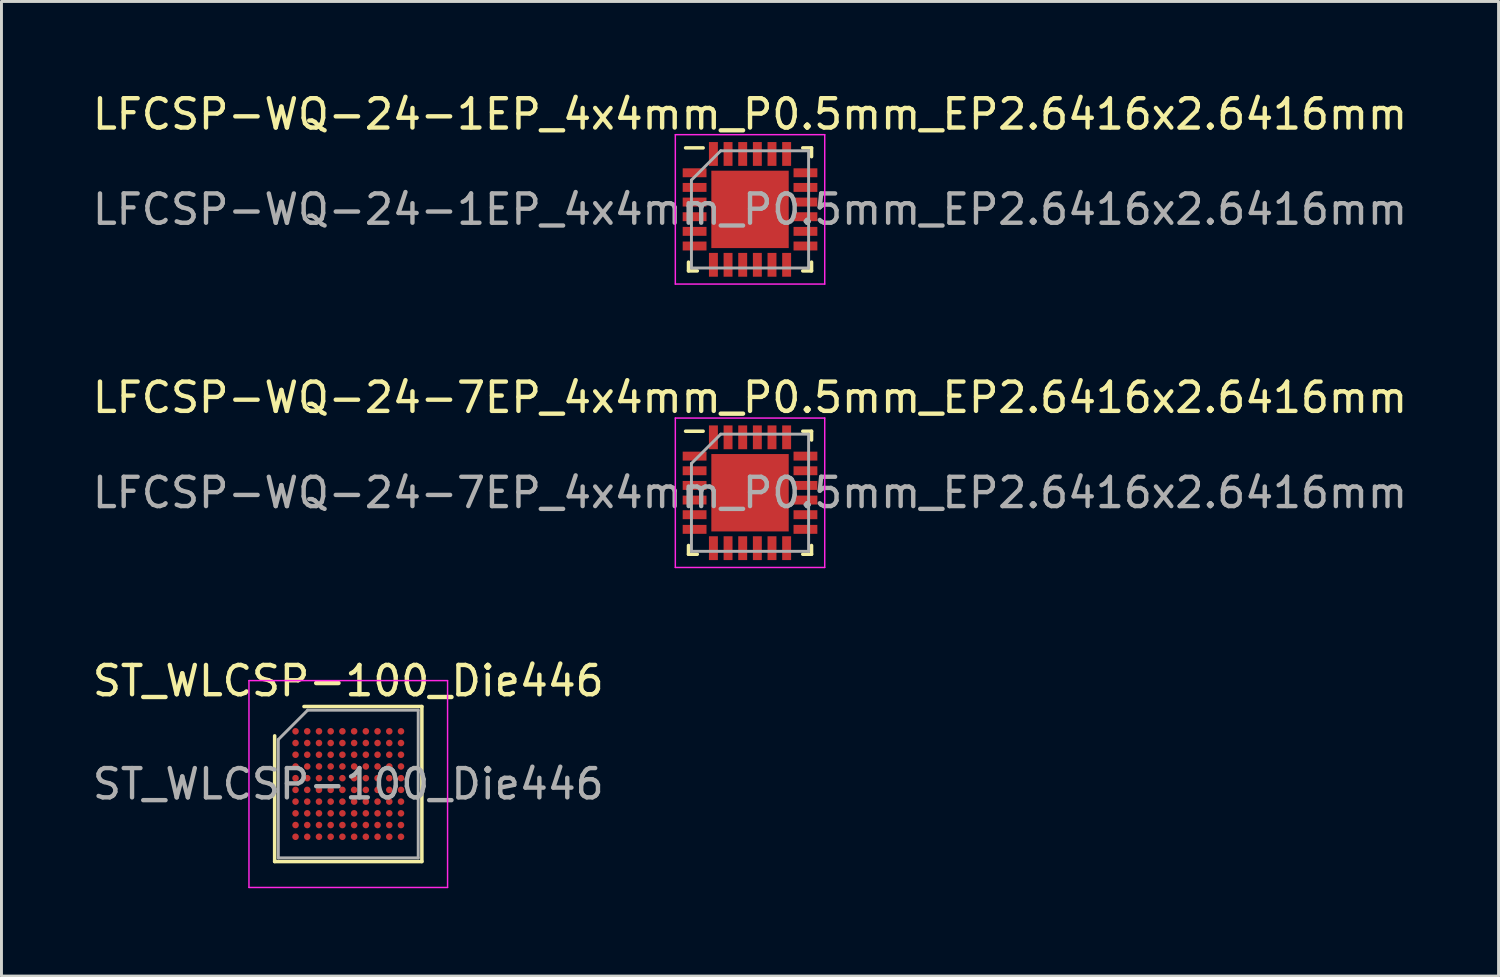
<source format=kicad_pcb>
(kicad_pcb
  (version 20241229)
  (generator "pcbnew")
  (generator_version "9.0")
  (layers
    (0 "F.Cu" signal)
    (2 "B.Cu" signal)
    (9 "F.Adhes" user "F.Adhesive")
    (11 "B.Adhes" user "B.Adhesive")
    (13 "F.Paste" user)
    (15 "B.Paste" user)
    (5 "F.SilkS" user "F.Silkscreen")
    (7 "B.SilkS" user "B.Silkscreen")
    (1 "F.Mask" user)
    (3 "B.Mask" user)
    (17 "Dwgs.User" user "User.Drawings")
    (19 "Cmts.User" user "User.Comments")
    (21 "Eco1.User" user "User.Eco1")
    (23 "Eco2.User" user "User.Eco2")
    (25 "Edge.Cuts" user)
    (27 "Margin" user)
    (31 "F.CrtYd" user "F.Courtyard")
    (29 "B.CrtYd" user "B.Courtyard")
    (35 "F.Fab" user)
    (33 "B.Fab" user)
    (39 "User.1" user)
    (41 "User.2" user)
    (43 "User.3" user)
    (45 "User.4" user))
  (footprint "LFCSP-WQ-24-1EP_4x4mm_P0.5mm_EP2.6416x2.6416mm"
    (layer "F.Cu")
    (at 22.554 4.098)
    (property "Reference" "LFCSP-WQ-24-1EP_4x4mm_P0.5mm_EP2.6416x2.6416mm" (at 0 -3.25 0) (layer "F.SilkS") (effects (font (size 1 1) (thickness 0.15))))
    (attr smd)
    (fp_line (start -2.2 -2.1) (end -1.6 -2.1) (stroke (width 0.12) (type solid)) (layer "F.SilkS"))
    (fp_line (start -2.1 2.1) (end -2.1 1.8) (stroke (width 0.12) (type solid)) (layer "F.SilkS"))
    (fp_line (start -1.8 2.1) (end -2.1 2.1) (stroke (width 0.12) (type solid)) (layer "F.SilkS"))
    (fp_line (start 1.8 -2.1) (end 2.1 -2.1) (stroke (width 0.12) (type solid)) (layer "F.SilkS"))
    (fp_line (start 2.1 -2.1) (end 2.1 -1.8) (stroke (width 0.12) (type solid)) (layer "F.SilkS"))
    (fp_line (start 2.1 1.8) (end 2.1 2.1) (stroke (width 0.12) (type solid)) (layer "F.SilkS"))
    (fp_line (start 2.1 2.1) (end 1.8 2.1) (stroke (width 0.12) (type solid)) (layer "F.SilkS"))
    (fp_line (start -2.55 -2.55) (end 2.55 -2.55) (stroke (width 0.05) (type solid)) (layer "F.CrtYd"))
    (fp_line (start -2.55 2.55) (end -2.55 -2.55) (stroke (width 0.05) (type solid)) (layer "F.CrtYd"))
    (fp_line (start 2.55 -2.55) (end 2.55 2.55) (stroke (width 0.05) (type solid)) (layer "F.CrtYd"))
    (fp_line (start 2.55 2.55) (end -2.55 2.55) (stroke (width 0.05) (type solid)) (layer "F.CrtYd"))
    (fp_line (start -2 -1) (end -1 -2) (stroke (width 0.1) (type solid)) (layer "F.Fab"))
    (fp_line (start -2 2) (end -2 -1) (stroke (width 0.1) (type solid)) (layer "F.Fab"))
    (fp_line (start -1 -2) (end 2 -2) (stroke (width 0.1) (type solid)) (layer "F.Fab"))
    (fp_line (start 2 -2) (end 2 2) (stroke (width 0.1) (type solid)) (layer "F.Fab"))
    (fp_line (start 2 2) (end -2 2) (stroke (width 0.1) (type solid)) (layer "F.Fab"))
    (fp_text user "${REFERENCE}" (at 0 0 0) (layer "F.Fab") (effects (font (size 1 1) (thickness 0.15))))
    (pad "1" smd rect (at -1.892 -1.25) (size 0.813 0.305) (layers "F.Cu" "F.Mask" "F.Paste"))
    (pad "2" smd rect (at -1.892 -0.75) (size 0.813 0.305) (layers "F.Cu" "F.Mask" "F.Paste"))
    (pad "3" smd rect (at -1.892 -0.25) (size 0.813 0.305) (layers "F.Cu" "F.Mask" "F.Paste"))
    (pad "4" smd rect (at -1.892 0.25) (size 0.813 0.304) (layers "F.Cu" "F.Mask" "F.Paste"))
    (pad "5" smd rect (at -1.892 0.75) (size 0.813 0.305) (layers "F.Cu" "F.Mask" "F.Paste"))
    (pad "6" smd rect (at -1.892 1.25) (size 0.813 0.305) (layers "F.Cu" "F.Mask" "F.Paste"))
    (pad "7" smd rect (at -1.25 1.892 270) (size 0.813 0.305) (layers "F.Cu" "F.Mask" "F.Paste"))
    (pad "8" smd rect (at -0.75 1.892 90) (size 0.813 0.305) (layers "F.Cu" "F.Mask" "F.Paste"))
    (pad "9" smd rect (at -0.25 1.892 270) (size 0.813 0.305) (layers "F.Cu" "F.Mask" "F.Paste"))
    (pad "10" smd rect (at 0.25 1.892 90) (size 0.813 0.305) (layers "F.Cu" "F.Mask" "F.Paste"))
    (pad "11" smd rect (at 0.75 1.892 90) (size 0.813 0.305) (layers "F.Cu" "F.Mask" "F.Paste"))
    (pad "12" smd rect (at 1.25 1.892 90) (size 0.813 0.305) (layers "F.Cu" "F.Mask" "F.Paste"))
    (pad "13" smd rect (at 1.892 1.25) (size 0.813 0.305) (layers "F.Cu" "F.Mask" "F.Paste"))
    (pad "14" smd rect (at 1.892 0.75) (size 0.813 0.305) (layers "F.Cu" "F.Mask" "F.Paste"))
    (pad "15" smd rect (at 1.892 0.25) (size 0.813 0.305) (layers "F.Cu" "F.Mask" "F.Paste"))
    (pad "16" smd rect (at 1.892 -0.25) (size 0.813 0.305) (layers "F.Cu" "F.Mask" "F.Paste"))
    (pad "17" smd rect (at 1.892 -0.75) (size 0.813 0.305) (layers "F.Cu" "F.Mask" "F.Paste"))
    (pad "18" smd rect (at 1.892 -1.25) (size 0.813 0.305) (layers "F.Cu" "F.Mask" "F.Paste"))
    (pad "19" smd rect (at 1.25 -1.892 90) (size 0.813 0.305) (layers "F.Cu" "F.Mask" "F.Paste"))
    (pad "20" smd rect (at 0.75 -1.892 90) (size 0.813 0.305) (layers "F.Cu" "F.Mask" "F.Paste"))
    (pad "21" smd rect (at 0.25 -1.892 90) (size 0.813 0.305) (layers "F.Cu" "F.Mask" "F.Paste"))
    (pad "22" smd rect (at -0.25 -1.892 90) (size 0.813 0.305) (layers "F.Cu" "F.Mask" "F.Paste"))
    (pad "23" smd rect (at -0.75 -1.892 90) (size 0.813 0.305) (layers "F.Cu" "F.Mask" "F.Paste"))
    (pad "24" smd rect (at -1.25 -1.892 90) (size 0.813 0.305) (layers "F.Cu" "F.Mask" "F.Paste"))
    (pad "25" smd rect (at 0 0) (size 2.642 2.642) (layers "F.Cu" "F.Mask" "F.Paste")))
  (footprint "ST_WLCSP-100_Die446"
    (layer "F.Cu")
    (at 8.839 23.715)
    (property "Reference" "ST_WLCSP-100_Die446" (at 0 -3.521 0) (layer "F.SilkS") (effects (font (size 1 1) (thickness 0.15))))
    (attr smd)
    (fp_line (start -2.513 2.646) (end -2.513 -1.645) (stroke (width 0.12) (type solid)) (layer "F.SilkS"))
    (fp_line (start -1.512 -2.646) (end 2.513 -2.646) (stroke (width 0.12) (type solid)) (layer "F.SilkS"))
    (fp_line (start 2.513 -2.646) (end 2.513 2.646) (stroke (width 0.12) (type solid)) (layer "F.SilkS"))
    (fp_line (start 2.513 2.646) (end -2.513 2.646) (stroke (width 0.12) (type solid)) (layer "F.SilkS"))
    (fp_line (start -3.39 -3.53) (end -3.39 3.53) (stroke (width 0.05) (type solid)) (layer "F.CrtYd"))
    (fp_line (start -3.39 3.53) (end 3.39 3.53) (stroke (width 0.05) (type solid)) (layer "F.CrtYd"))
    (fp_line (start 3.39 -3.53) (end -3.39 -3.53) (stroke (width 0.05) (type solid)) (layer "F.CrtYd"))
    (fp_line (start 3.39 3.53) (end 3.39 -3.53) (stroke (width 0.05) (type solid)) (layer "F.CrtYd"))
    (fp_line (start -2.388 -1.52) (end -1.387 -2.521) (stroke (width 0.1) (type solid)) (layer "F.Fab"))
    (fp_line (start -2.388 2.521) (end -2.388 -1.52) (stroke (width 0.1) (type solid)) (layer "F.Fab"))
    (fp_line (start -1.387 -2.521) (end 2.388 -2.521) (stroke (width 0.1) (type solid)) (layer "F.Fab"))
    (fp_line (start 2.388 -2.521) (end 2.388 2.521) (stroke (width 0.1) (type solid)) (layer "F.Fab"))
    (fp_line (start 2.388 2.521) (end -2.388 2.521) (stroke (width 0.1) (type solid)) (layer "F.Fab"))
    (fp_text user "${REFERENCE}" (at 0 0 0) (layer "F.Fab") (effects (font (size 1 1) (thickness 0.15))))
    (pad "A1" smd circle (at -1.8 -1.8) (size 0.225 0.225) (layers "F.Cu" "F.Mask" "F.Paste"))
    (pad "A2" smd circle (at -1.4 -1.8) (size 0.225 0.225) (layers "F.Cu" "F.Mask" "F.Paste"))
    (pad "A3" smd circle (at -1 -1.8) (size 0.225 0.225) (layers "F.Cu" "F.Mask" "F.Paste"))
    (pad "A4" smd circle (at -0.6 -1.8) (size 0.225 0.225) (layers "F.Cu" "F.Mask" "F.Paste"))
    (pad "A5" smd circle (at -0.2 -1.8) (size 0.225 0.225) (layers "F.Cu" "F.Mask" "F.Paste"))
    (pad "A6" smd circle (at 0.2 -1.8) (size 0.225 0.225) (layers "F.Cu" "F.Mask" "F.Paste"))
    (pad "A7" smd circle (at 0.6 -1.8) (size 0.225 0.225) (layers "F.Cu" "F.Mask" "F.Paste"))
    (pad "A8" smd circle (at 1 -1.8) (size 0.225 0.225) (layers "F.Cu" "F.Mask" "F.Paste"))
    (pad "A9" smd circle (at 1.4 -1.8) (size 0.225 0.225) (layers "F.Cu" "F.Mask" "F.Paste"))
    (pad "A10" smd circle (at 1.8 -1.8) (size 0.225 0.225) (layers "F.Cu" "F.Mask" "F.Paste"))
    (pad "B1" smd circle (at -1.8 -1.4) (size 0.225 0.225) (layers "F.Cu" "F.Mask" "F.Paste"))
    (pad "B2" smd circle (at -1.4 -1.4) (size 0.225 0.225) (layers "F.Cu" "F.Mask" "F.Paste"))
    (pad "B3" smd circle (at -1 -1.4) (size 0.225 0.225) (layers "F.Cu" "F.Mask" "F.Paste"))
    (pad "B4" smd circle (at -0.6 -1.4) (size 0.225 0.225) (layers "F.Cu" "F.Mask" "F.Paste"))
    (pad "B5" smd circle (at -0.2 -1.4) (size 0.225 0.225) (layers "F.Cu" "F.Mask" "F.Paste"))
    (pad "B6" smd circle (at 0.2 -1.4) (size 0.225 0.225) (layers "F.Cu" "F.Mask" "F.Paste"))
    (pad "B7" smd circle (at 0.6 -1.4) (size 0.225 0.225) (layers "F.Cu" "F.Mask" "F.Paste"))
    (pad "B8" smd circle (at 1 -1.4) (size 0.225 0.225) (layers "F.Cu" "F.Mask" "F.Paste"))
    (pad "B9" smd circle (at 1.4 -1.4) (size 0.225 0.225) (layers "F.Cu" "F.Mask" "F.Paste"))
    (pad "B10" smd circle (at 1.8 -1.4) (size 0.225 0.225) (layers "F.Cu" "F.Mask" "F.Paste"))
    (pad "C1" smd circle (at -1.8 -1) (size 0.225 0.225) (layers "F.Cu" "F.Mask" "F.Paste"))
    (pad "C2" smd circle (at -1.4 -1) (size 0.225 0.225) (layers "F.Cu" "F.Mask" "F.Paste"))
    (pad "C3" smd circle (at -1 -1) (size 0.225 0.225) (layers "F.Cu" "F.Mask" "F.Paste"))
    (pad "C4" smd circle (at -0.6 -1) (size 0.225 0.225) (layers "F.Cu" "F.Mask" "F.Paste"))
    (pad "C5" smd circle (at -0.2 -1) (size 0.225 0.225) (layers "F.Cu" "F.Mask" "F.Paste"))
    (pad "C6" smd circle (at 0.2 -1) (size 0.225 0.225) (layers "F.Cu" "F.Mask" "F.Paste"))
    (pad "C7" smd circle (at 0.6 -1) (size 0.225 0.225) (layers "F.Cu" "F.Mask" "F.Paste"))
    (pad "C8" smd circle (at 1 -1) (size 0.225 0.225) (layers "F.Cu" "F.Mask" "F.Paste"))
    (pad "C9" smd circle (at 1.4 -1) (size 0.225 0.225) (layers "F.Cu" "F.Mask" "F.Paste"))
    (pad "C10" smd circle (at 1.8 -1) (size 0.225 0.225) (layers "F.Cu" "F.Mask" "F.Paste"))
    (pad "D1" smd circle (at -1.8 -0.6) (size 0.225 0.225) (layers "F.Cu" "F.Mask" "F.Paste"))
    (pad "D2" smd circle (at -1.4 -0.6) (size 0.225 0.225) (layers "F.Cu" "F.Mask" "F.Paste"))
    (pad "D3" smd circle (at -1 -0.6) (size 0.225 0.225) (layers "F.Cu" "F.Mask" "F.Paste"))
    (pad "D4" smd circle (at -0.6 -0.6) (size 0.225 0.225) (layers "F.Cu" "F.Mask" "F.Paste"))
    (pad "D5" smd circle (at -0.2 -0.6) (size 0.225 0.225) (layers "F.Cu" "F.Mask" "F.Paste"))
    (pad "D6" smd circle (at 0.2 -0.6) (size 0.225 0.225) (layers "F.Cu" "F.Mask" "F.Paste"))
    (pad "D7" smd circle (at 0.6 -0.6) (size 0.225 0.225) (layers "F.Cu" "F.Mask" "F.Paste"))
    (pad "D8" smd circle (at 1 -0.6) (size 0.225 0.225) (layers "F.Cu" "F.Mask" "F.Paste"))
    (pad "D9" smd circle (at 1.4 -0.6) (size 0.225 0.225) (layers "F.Cu" "F.Mask" "F.Paste"))
    (pad "D10" smd circle (at 1.8 -0.6) (size 0.225 0.225) (layers "F.Cu" "F.Mask" "F.Paste"))
    (pad "E1" smd circle (at -1.8 -0.2) (size 0.225 0.225) (layers "F.Cu" "F.Mask" "F.Paste"))
    (pad "E2" smd circle (at -1.4 -0.2) (size 0.225 0.225) (layers "F.Cu" "F.Mask" "F.Paste"))
    (pad "E3" smd circle (at -1 -0.2) (size 0.225 0.225) (layers "F.Cu" "F.Mask" "F.Paste"))
    (pad "E4" smd circle (at -0.6 -0.2) (size 0.225 0.225) (layers "F.Cu" "F.Mask" "F.Paste"))
    (pad "E5" smd circle (at -0.2 -0.2) (size 0.225 0.225) (layers "F.Cu" "F.Mask" "F.Paste"))
    (pad "E6" smd circle (at 0.2 -0.2) (size 0.225 0.225) (layers "F.Cu" "F.Mask" "F.Paste"))
    (pad "E7" smd circle (at 0.6 -0.2) (size 0.225 0.225) (layers "F.Cu" "F.Mask" "F.Paste"))
    (pad "E8" smd circle (at 1 -0.2) (size 0.225 0.225) (layers "F.Cu" "F.Mask" "F.Paste"))
    (pad "E9" smd circle (at 1.4 -0.2) (size 0.225 0.225) (layers "F.Cu" "F.Mask" "F.Paste"))
    (pad "E10" smd circle (at 1.8 -0.2) (size 0.225 0.225) (layers "F.Cu" "F.Mask" "F.Paste"))
    (pad "F1" smd circle (at -1.8 0.2) (size 0.225 0.225) (layers "F.Cu" "F.Mask" "F.Paste"))
    (pad "F2" smd circle (at -1.4 0.2) (size 0.225 0.225) (layers "F.Cu" "F.Mask" "F.Paste"))
    (pad "F3" smd circle (at -1 0.2) (size 0.225 0.225) (layers "F.Cu" "F.Mask" "F.Paste"))
    (pad "F4" smd circle (at -0.6 0.2) (size 0.225 0.225) (layers "F.Cu" "F.Mask" "F.Paste"))
    (pad "F5" smd circle (at -0.2 0.2) (size 0.225 0.225) (layers "F.Cu" "F.Mask" "F.Paste"))
    (pad "F6" smd circle (at 0.2 0.2) (size 0.225 0.225) (layers "F.Cu" "F.Mask" "F.Paste"))
    (pad "F7" smd circle (at 0.6 0.2) (size 0.225 0.225) (layers "F.Cu" "F.Mask" "F.Paste"))
    (pad "F8" smd circle (at 1 0.2) (size 0.225 0.225) (layers "F.Cu" "F.Mask" "F.Paste"))
    (pad "F9" smd circle (at 1.4 0.2) (size 0.225 0.225) (layers "F.Cu" "F.Mask" "F.Paste"))
    (pad "F10" smd circle (at 1.8 0.2) (size 0.225 0.225) (layers "F.Cu" "F.Mask" "F.Paste"))
    (pad "G1" smd circle (at -1.8 0.6) (size 0.225 0.225) (layers "F.Cu" "F.Mask" "F.Paste"))
    (pad "G2" smd circle (at -1.4 0.6) (size 0.225 0.225) (layers "F.Cu" "F.Mask" "F.Paste"))
    (pad "G3" smd circle (at -1 0.6) (size 0.225 0.225) (layers "F.Cu" "F.Mask" "F.Paste"))
    (pad "G4" smd circle (at -0.6 0.6) (size 0.225 0.225) (layers "F.Cu" "F.Mask" "F.Paste"))
    (pad "G5" smd circle (at -0.2 0.6) (size 0.225 0.225) (layers "F.Cu" "F.Mask" "F.Paste"))
    (pad "G6" smd circle (at 0.2 0.6) (size 0.225 0.225) (layers "F.Cu" "F.Mask" "F.Paste"))
    (pad "G7" smd circle (at 0.6 0.6) (size 0.225 0.225) (layers "F.Cu" "F.Mask" "F.Paste"))
    (pad "G8" smd circle (at 1 0.6) (size 0.225 0.225) (layers "F.Cu" "F.Mask" "F.Paste"))
    (pad "G9" smd circle (at 1.4 0.6) (size 0.225 0.225) (layers "F.Cu" "F.Mask" "F.Paste"))
    (pad "G10" smd circle (at 1.8 0.6) (size 0.225 0.225) (layers "F.Cu" "F.Mask" "F.Paste"))
    (pad "H1" smd circle (at -1.8 1) (size 0.225 0.225) (layers "F.Cu" "F.Mask" "F.Paste"))
    (pad "H2" smd circle (at -1.4 1) (size 0.225 0.225) (layers "F.Cu" "F.Mask" "F.Paste"))
    (pad "H3" smd circle (at -1 1) (size 0.225 0.225) (layers "F.Cu" "F.Mask" "F.Paste"))
    (pad "H4" smd circle (at -0.6 1) (size 0.225 0.225) (layers "F.Cu" "F.Mask" "F.Paste"))
    (pad "H5" smd circle (at -0.2 1) (size 0.225 0.225) (layers "F.Cu" "F.Mask" "F.Paste"))
    (pad "H6" smd circle (at 0.2 1) (size 0.225 0.225) (layers "F.Cu" "F.Mask" "F.Paste"))
    (pad "H7" smd circle (at 0.6 1) (size 0.225 0.225) (layers "F.Cu" "F.Mask" "F.Paste"))
    (pad "H8" smd circle (at 1 1) (size 0.225 0.225) (layers "F.Cu" "F.Mask" "F.Paste"))
    (pad "H9" smd circle (at 1.4 1) (size 0.225 0.225) (layers "F.Cu" "F.Mask" "F.Paste"))
    (pad "H10" smd circle (at 1.8 1) (size 0.225 0.225) (layers "F.Cu" "F.Mask" "F.Paste"))
    (pad "J1" smd circle (at -1.8 1.4) (size 0.225 0.225) (layers "F.Cu" "F.Mask" "F.Paste"))
    (pad "J2" smd circle (at -1.4 1.4) (size 0.225 0.225) (layers "F.Cu" "F.Mask" "F.Paste"))
    (pad "J3" smd circle (at -1 1.4) (size 0.225 0.225) (layers "F.Cu" "F.Mask" "F.Paste"))
    (pad "J4" smd circle (at -0.6 1.4) (size 0.225 0.225) (layers "F.Cu" "F.Mask" "F.Paste"))
    (pad "J5" smd circle (at -0.2 1.4) (size 0.225 0.225) (layers "F.Cu" "F.Mask" "F.Paste"))
    (pad "J6" smd circle (at 0.2 1.4) (size 0.225 0.225) (layers "F.Cu" "F.Mask" "F.Paste"))
    (pad "J7" smd circle (at 0.6 1.4) (size 0.225 0.225) (layers "F.Cu" "F.Mask" "F.Paste"))
    (pad "J8" smd circle (at 1 1.4) (size 0.225 0.225) (layers "F.Cu" "F.Mask" "F.Paste"))
    (pad "J9" smd circle (at 1.4 1.4) (size 0.225 0.225) (layers "F.Cu" "F.Mask" "F.Paste"))
    (pad "J10" smd circle (at 1.8 1.4) (size 0.225 0.225) (layers "F.Cu" "F.Mask" "F.Paste"))
    (pad "K1" smd circle (at -1.8 1.8) (size 0.225 0.225) (layers "F.Cu" "F.Mask" "F.Paste"))
    (pad "K2" smd circle (at -1.4 1.8) (size 0.225 0.225) (layers "F.Cu" "F.Mask" "F.Paste"))
    (pad "K3" smd circle (at -1 1.8) (size 0.225 0.225) (layers "F.Cu" "F.Mask" "F.Paste"))
    (pad "K4" smd circle (at -0.6 1.8) (size 0.225 0.225) (layers "F.Cu" "F.Mask" "F.Paste"))
    (pad "K5" smd circle (at -0.2 1.8) (size 0.225 0.225) (layers "F.Cu" "F.Mask" "F.Paste"))
    (pad "K6" smd circle (at 0.2 1.8) (size 0.225 0.225) (layers "F.Cu" "F.Mask" "F.Paste"))
    (pad "K7" smd circle (at 0.6 1.8) (size 0.225 0.225) (layers "F.Cu" "F.Mask" "F.Paste"))
    (pad "K8" smd circle (at 1 1.8) (size 0.225 0.225) (layers "F.Cu" "F.Mask" "F.Paste"))
    (pad "K9" smd circle (at 1.4 1.8) (size 0.225 0.225) (layers "F.Cu" "F.Mask" "F.Paste"))
    (pad "K10" smd circle (at 1.8 1.8) (size 0.225 0.225) (layers "F.Cu" "F.Mask" "F.Paste")))
  (footprint "LFCSP-WQ-24-7EP_4x4mm_P0.5mm_EP2.6416x2.6416mm"
    (layer "F.Cu")
    (at 22.554 13.771)
    (property "Reference" "LFCSP-WQ-24-7EP_4x4mm_P0.5mm_EP2.6416x2.6416mm" (at 0 -3.25 0) (layer "F.SilkS") (effects (font (size 1 1) (thickness 0.15))))
    (attr smd)
    (fp_line (start -2.2 -2.1) (end -1.6 -2.1) (stroke (width 0.12) (type solid)) (layer "F.SilkS"))
    (fp_line (start -2.1 2.1) (end -2.1 1.8) (stroke (width 0.12) (type solid)) (layer "F.SilkS"))
    (fp_line (start -1.8 2.1) (end -2.1 2.1) (stroke (width 0.12) (type solid)) (layer "F.SilkS"))
    (fp_line (start 1.8 -2.1) (end 2.1 -2.1) (stroke (width 0.12) (type solid)) (layer "F.SilkS"))
    (fp_line (start 2.1 -2.1) (end 2.1 -1.8) (stroke (width 0.12) (type solid)) (layer "F.SilkS"))
    (fp_line (start 2.1 1.8) (end 2.1 2.1) (stroke (width 0.12) (type solid)) (layer "F.SilkS"))
    (fp_line (start 2.1 2.1) (end 1.8 2.1) (stroke (width 0.12) (type solid)) (layer "F.SilkS"))
    (fp_line (start -2.55 -2.55) (end 2.55 -2.55) (stroke (width 0.05) (type solid)) (layer "F.CrtYd"))
    (fp_line (start -2.55 2.55) (end -2.55 -2.55) (stroke (width 0.05) (type solid)) (layer "F.CrtYd"))
    (fp_line (start 2.55 -2.55) (end 2.55 2.55) (stroke (width 0.05) (type solid)) (layer "F.CrtYd"))
    (fp_line (start 2.55 2.55) (end -2.55 2.55) (stroke (width 0.05) (type solid)) (layer "F.CrtYd"))
    (fp_line (start -2 -1) (end -1 -2) (stroke (width 0.1) (type solid)) (layer "F.Fab"))
    (fp_line (start -2 2) (end -2 -1) (stroke (width 0.1) (type solid)) (layer "F.Fab"))
    (fp_line (start -1 -2) (end 2 -2) (stroke (width 0.1) (type solid)) (layer "F.Fab"))
    (fp_line (start 2 -2) (end 2 2) (stroke (width 0.1) (type solid)) (layer "F.Fab"))
    (fp_line (start 2 2) (end -2 2) (stroke (width 0.1) (type solid)) (layer "F.Fab"))
    (fp_text user "${REFERENCE}" (at 0 0 0) (layer "F.Fab") (effects (font (size 1 1) (thickness 0.15))))
    (pad "1" smd rect (at -1.892 -1.25) (size 0.813 0.305) (layers "F.Cu" "F.Mask" "F.Paste"))
    (pad "2" smd rect (at -1.892 -0.75) (size 0.813 0.305) (layers "F.Cu" "F.Mask" "F.Paste"))
    (pad "3" smd rect (at -1.892 -0.25) (size 0.813 0.305) (layers "F.Cu" "F.Mask" "F.Paste"))
    (pad "4" smd rect (at -1.892 0.25) (size 0.813 0.304) (layers "F.Cu" "F.Mask" "F.Paste"))
    (pad "5" smd rect (at -1.892 0.75) (size 0.813 0.305) (layers "F.Cu" "F.Mask" "F.Paste"))
    (pad "6" smd rect (at -1.892 1.25) (size 0.813 0.305) (layers "F.Cu" "F.Mask" "F.Paste"))
    (pad "7" smd rect (at -1.25 1.892 270) (size 0.813 0.305) (layers "F.Cu" "F.Mask" "F.Paste"))
    (pad "8" smd rect (at -0.75 1.892 90) (size 0.813 0.305) (layers "F.Cu" "F.Mask" "F.Paste"))
    (pad "9" smd rect (at -0.25 1.892 270) (size 0.813 0.305) (layers "F.Cu" "F.Mask" "F.Paste"))
    (pad "10" smd rect (at 0.25 1.892 90) (size 0.813 0.305) (layers "F.Cu" "F.Mask" "F.Paste"))
    (pad "11" smd rect (at 0.75 1.892 90) (size 0.813 0.305) (layers "F.Cu" "F.Mask" "F.Paste"))
    (pad "12" smd rect (at 1.25 1.892 90) (size 0.813 0.305) (layers "F.Cu" "F.Mask" "F.Paste"))
    (pad "13" smd rect (at 1.892 1.25) (size 0.813 0.305) (layers "F.Cu" "F.Mask" "F.Paste"))
    (pad "14" smd rect (at 1.892 0.75) (size 0.813 0.305) (layers "F.Cu" "F.Mask" "F.Paste"))
    (pad "15" smd rect (at 1.892 0.25) (size 0.813 0.305) (layers "F.Cu" "F.Mask" "F.Paste"))
    (pad "16" smd rect (at 1.892 -0.25) (size 0.813 0.305) (layers "F.Cu" "F.Mask" "F.Paste"))
    (pad "17" smd rect (at 1.892 -0.75) (size 0.813 0.305) (layers "F.Cu" "F.Mask" "F.Paste"))
    (pad "18" smd rect (at 1.892 -1.25) (size 0.813 0.305) (layers "F.Cu" "F.Mask" "F.Paste"))
    (pad "19" smd rect (at 1.25 -1.892 90) (size 0.813 0.305) (layers "F.Cu" "F.Mask" "F.Paste"))
    (pad "20" smd rect (at 0.75 -1.892 90) (size 0.813 0.305) (layers "F.Cu" "F.Mask" "F.Paste"))
    (pad "21" smd rect (at 0.25 -1.892 90) (size 0.813 0.305) (layers "F.Cu" "F.Mask" "F.Paste"))
    (pad "22" smd rect (at -0.25 -1.892 90) (size 0.813 0.305) (layers "F.Cu" "F.Mask" "F.Paste"))
    (pad "23" smd rect (at -0.75 -1.892 90) (size 0.813 0.305) (layers "F.Cu" "F.Mask" "F.Paste"))
    (pad "24" smd rect (at -1.25 -1.892 90) (size 0.813 0.305) (layers "F.Cu" "F.Mask" "F.Paste"))
    (pad "25" smd rect (at 0 0) (size 2.642 2.642) (layers "F.Cu" "F.Mask" "F.Paste")))
  (gr_rect
    (start -3 -3)
    (end 48.107 30.27)
    (stroke (width 0.1) (type default))
    (fill no)
    (layer "Edge.Cuts")))
</source>
